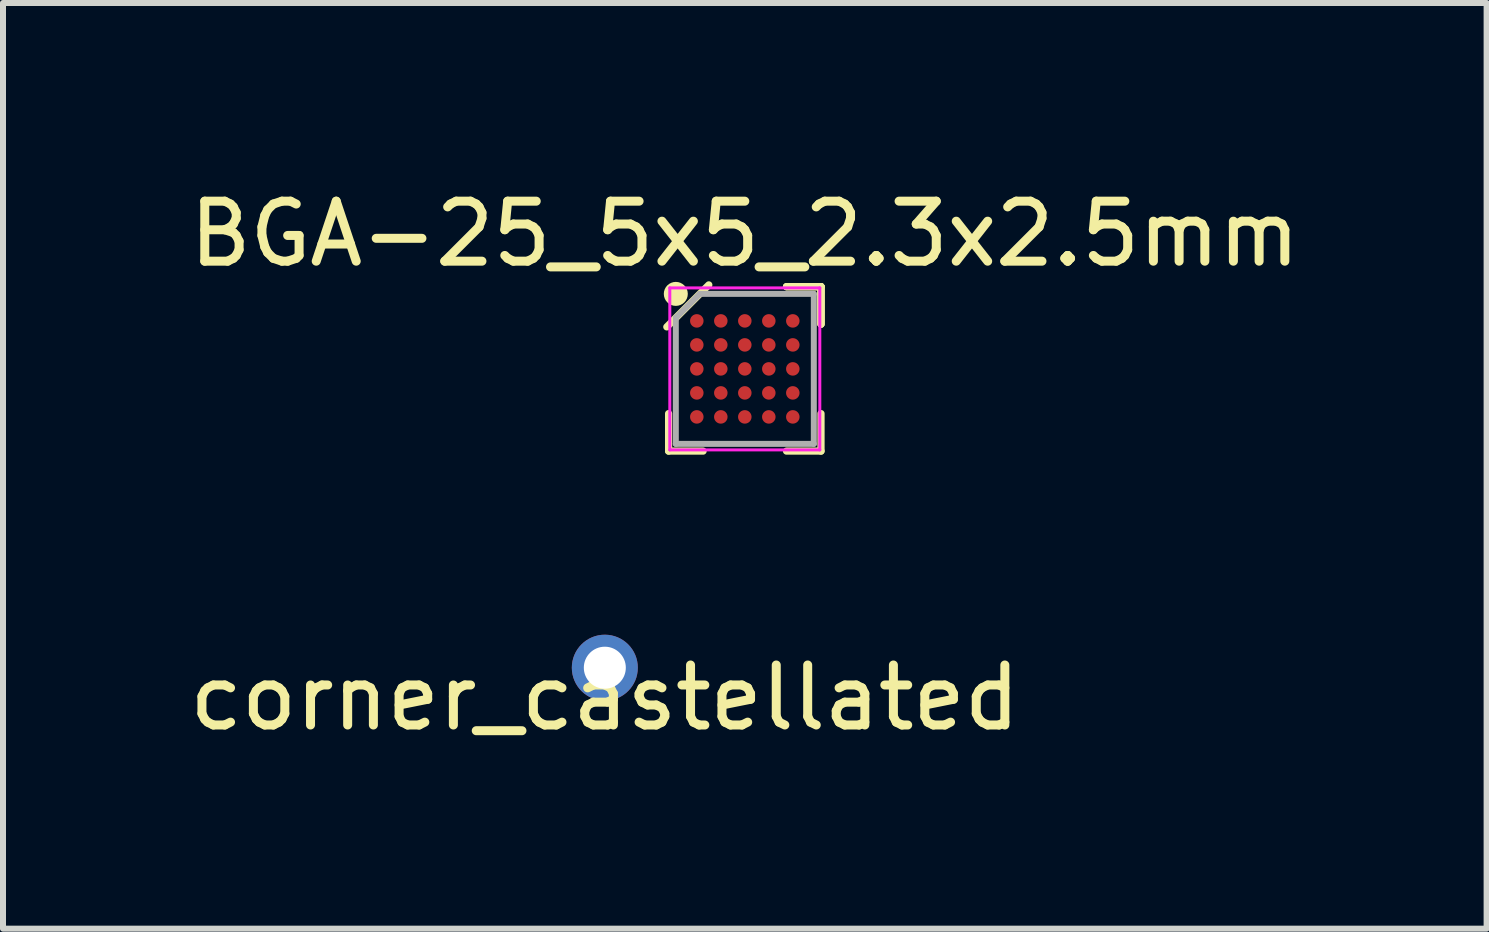
<source format=kicad_pcb>
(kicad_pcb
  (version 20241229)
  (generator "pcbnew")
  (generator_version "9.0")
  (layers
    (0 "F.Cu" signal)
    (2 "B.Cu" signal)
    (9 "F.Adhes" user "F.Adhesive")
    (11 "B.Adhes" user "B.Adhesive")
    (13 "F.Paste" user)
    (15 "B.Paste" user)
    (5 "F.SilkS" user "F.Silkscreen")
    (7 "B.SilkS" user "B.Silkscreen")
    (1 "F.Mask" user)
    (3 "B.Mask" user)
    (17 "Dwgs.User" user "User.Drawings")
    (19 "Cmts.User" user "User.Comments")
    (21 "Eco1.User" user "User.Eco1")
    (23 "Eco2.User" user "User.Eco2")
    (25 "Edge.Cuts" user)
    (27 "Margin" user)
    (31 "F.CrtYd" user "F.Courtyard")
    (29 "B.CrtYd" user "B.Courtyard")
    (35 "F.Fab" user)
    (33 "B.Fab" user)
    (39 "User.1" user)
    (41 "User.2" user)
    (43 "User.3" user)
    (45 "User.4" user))
  (footprint "corner_castellated"
    (layer "F.Cu")
    (at 7.03 8.078)
    (property "Reference" "corner_castellated" (at 0 0.5 0) (layer "F.SilkS") (effects (font (size 1 1) (thickness 0.15))))
    (attr through_hole)
    (pad "1" thru_hole circle (at 0 0) (size 1.1 1.1) (drill 0.7) (layers "*.Cu" "*.Mask")))
  (footprint "BGA-25_5x5_2.3x2.5mm"
    (layer "F.Cu")
    (at 9.363 3.098)
    (property "Reference" "BGA-25_5x5_2.3x2.5mm" (at 0 -2.25 0) (layer "F.SilkS") (effects (font (size 1 1) (thickness 0.15))))
    (attr smd)
    (fp_line (start -1.27 1.37) (end -1.27 0.745) (stroke (width 0.12) (type solid)) (layer "F.SilkS"))
    (fp_line (start -0.695 1.37) (end -1.27 1.37) (stroke (width 0.12) (type solid)) (layer "F.SilkS"))
    (fp_line (start -0.6 -1.4) (end -1.3 -0.7) (stroke (width 0.12) (type solid)) (layer "F.SilkS"))
    (fp_line (start 0.695 -1.37) (end 1.27 -1.37) (stroke (width 0.12) (type solid)) (layer "F.SilkS"))
    (fp_line (start 0.695 -1.37) (end 1.27 -1.37) (stroke (width 0.12) (type solid)) (layer "F.SilkS"))
    (fp_line (start 0.695 -1.37) (end 1.27 -1.37) (stroke (width 0.12) (type solid)) (layer "F.SilkS"))
    (fp_line (start 0.695 1.37) (end 1.27 1.37) (stroke (width 0.12) (type solid)) (layer "F.SilkS"))
    (fp_line (start 1.27 -1.37) (end 1.27 -0.745) (stroke (width 0.12) (type solid)) (layer "F.SilkS"))
    (fp_line (start 1.27 -1.37) (end 1.27 -0.745) (stroke (width 0.12) (type solid)) (layer "F.SilkS"))
    (fp_line (start 1.27 -1.37) (end 1.27 -0.745) (stroke (width 0.12) (type solid)) (layer "F.SilkS"))
    (fp_line (start 1.27 1.37) (end 1.27 0.745) (stroke (width 0.12) (type solid)) (layer "F.SilkS"))
    (fp_circle (center -1.15 -1.25) (end -1.15 -1.15) (stroke (width 0.2) (type solid)) (fill no) (layer "F.SilkS"))
    (fp_line (start -1.25 -1.35) (end 1.25 -1.35) (stroke (width 0.05) (type solid)) (layer "F.CrtYd"))
    (fp_line (start -1.25 1.35) (end -1.25 -1.35) (stroke (width 0.05) (type solid)) (layer "F.CrtYd"))
    (fp_line (start 1.25 -1.35) (end 1.25 1.35) (stroke (width 0.05) (type solid)) (layer "F.CrtYd"))
    (fp_line (start 1.25 1.35) (end -1.25 1.35) (stroke (width 0.05) (type solid)) (layer "F.CrtYd"))
    (fp_line (start -1.15 -0.85) (end -1.15 1.25) (stroke (width 0.1) (type solid)) (layer "F.Fab"))
    (fp_line (start -1.15 1.25) (end 1.15 1.25) (stroke (width 0.1) (type solid)) (layer "F.Fab"))
    (fp_line (start -0.75 -1.25) (end -1.15 -0.85) (stroke (width 0.1) (type solid)) (layer "F.Fab"))
    (fp_line (start 1.15 -1.25) (end -0.75 -1.25) (stroke (width 0.1) (type solid)) (layer "F.Fab"))
    (fp_line (start 1.15 1.25) (end 1.15 -1.25) (stroke (width 0.1) (type solid)) (layer "F.Fab"))
    (pad "A1" smd circle (at -0.8 -0.8) (size 0.225 0.225) (layers "F.Cu" "F.Mask" "F.Paste"))
    (pad "A2" smd circle (at -0.4 -0.8) (size 0.225 0.225) (layers "F.Cu" "F.Mask" "F.Paste"))
    (pad "A3" smd circle (at 0 -0.8) (size 0.225 0.225) (layers "F.Cu" "F.Mask" "F.Paste"))
    (pad "A4" smd circle (at 0.4 -0.8) (size 0.225 0.225) (layers "F.Cu" "F.Mask" "F.Paste"))
    (pad "A5" smd circle (at 0.8 -0.8) (size 0.225 0.225) (layers "F.Cu" "F.Mask" "F.Paste"))
    (pad "B1" smd circle (at -0.8 -0.4) (size 0.225 0.225) (layers "F.Cu" "F.Mask" "F.Paste"))
    (pad "B2" smd circle (at -0.4 -0.4) (size 0.225 0.225) (layers "F.Cu" "F.Mask" "F.Paste"))
    (pad "B3" smd circle (at 0 -0.4) (size 0.225 0.225) (layers "F.Cu" "F.Mask" "F.Paste"))
    (pad "B4" smd circle (at 0.4 -0.4) (size 0.225 0.225) (layers "F.Cu" "F.Mask" "F.Paste"))
    (pad "B5" smd circle (at 0.8 -0.4) (size 0.225 0.225) (layers "F.Cu" "F.Mask" "F.Paste"))
    (pad "C1" smd circle (at -0.8 0) (size 0.225 0.225) (layers "F.Cu" "F.Mask" "F.Paste"))
    (pad "C2" smd circle (at -0.4 0) (size 0.225 0.225) (layers "F.Cu" "F.Mask" "F.Paste"))
    (pad "C3" smd circle (at 0 0) (size 0.225 0.225) (layers "F.Cu" "F.Mask" "F.Paste"))
    (pad "C4" smd circle (at 0.4 0) (size 0.225 0.225) (layers "F.Cu" "F.Mask" "F.Paste"))
    (pad "C5" smd circle (at 0.8 0) (size 0.225 0.225) (layers "F.Cu" "F.Mask" "F.Paste"))
    (pad "D1" smd circle (at -0.8 0.4) (size 0.225 0.225) (layers "F.Cu" "F.Mask" "F.Paste"))
    (pad "D2" smd circle (at -0.4 0.4) (size 0.225 0.225) (layers "F.Cu" "F.Mask" "F.Paste"))
    (pad "D3" smd circle (at 0 0.4) (size 0.225 0.225) (layers "F.Cu" "F.Mask" "F.Paste"))
    (pad "D4" smd circle (at 0.4 0.4) (size 0.225 0.225) (layers "F.Cu" "F.Mask" "F.Paste"))
    (pad "D5" smd circle (at 0.8 0.4) (size 0.225 0.225) (layers "F.Cu" "F.Mask" "F.Paste"))
    (pad "E1" smd circle (at -0.8 0.8) (size 0.225 0.225) (layers "F.Cu" "F.Mask" "F.Paste"))
    (pad "E2" smd circle (at -0.4 0.8) (size 0.225 0.225) (layers "F.Cu" "F.Mask" "F.Paste"))
    (pad "E3" smd circle (at 0 0.8) (size 0.225 0.225) (layers "F.Cu" "F.Mask" "F.Paste"))
    (pad "E4" smd circle (at 0.4 0.8) (size 0.225 0.225) (layers "F.Cu" "F.Mask" "F.Paste"))
    (pad "E5" smd circle (at 0.8 0.8) (size 0.225 0.225) (layers "F.Cu" "F.Mask" "F.Paste")))
  (gr_rect
    (start -3 -3)
    (end 21.726 12.427)
    (stroke (width 0.1) (type default))
    (fill no)
    (layer "Edge.Cuts")))
</source>
